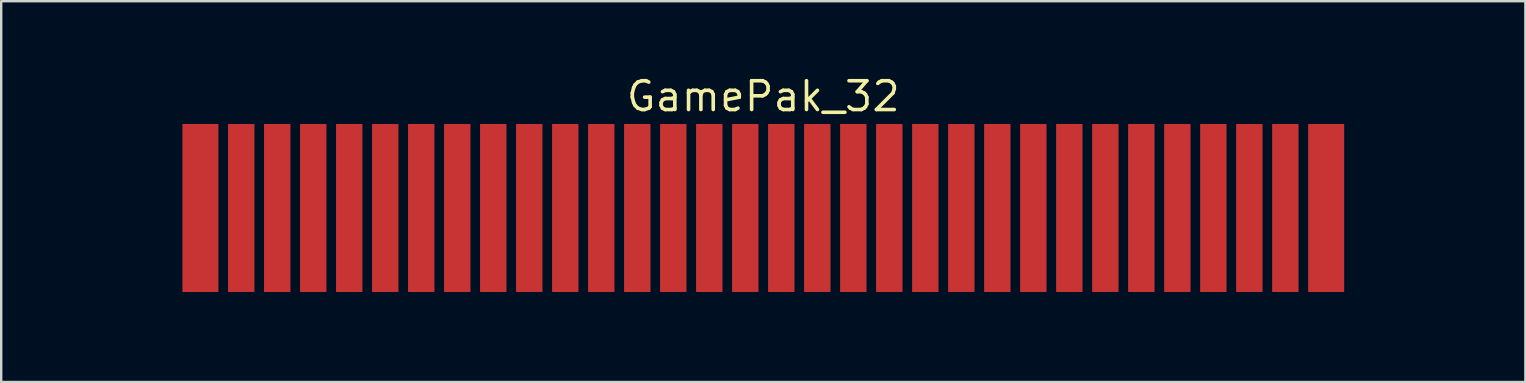
<source format=kicad_pcb>
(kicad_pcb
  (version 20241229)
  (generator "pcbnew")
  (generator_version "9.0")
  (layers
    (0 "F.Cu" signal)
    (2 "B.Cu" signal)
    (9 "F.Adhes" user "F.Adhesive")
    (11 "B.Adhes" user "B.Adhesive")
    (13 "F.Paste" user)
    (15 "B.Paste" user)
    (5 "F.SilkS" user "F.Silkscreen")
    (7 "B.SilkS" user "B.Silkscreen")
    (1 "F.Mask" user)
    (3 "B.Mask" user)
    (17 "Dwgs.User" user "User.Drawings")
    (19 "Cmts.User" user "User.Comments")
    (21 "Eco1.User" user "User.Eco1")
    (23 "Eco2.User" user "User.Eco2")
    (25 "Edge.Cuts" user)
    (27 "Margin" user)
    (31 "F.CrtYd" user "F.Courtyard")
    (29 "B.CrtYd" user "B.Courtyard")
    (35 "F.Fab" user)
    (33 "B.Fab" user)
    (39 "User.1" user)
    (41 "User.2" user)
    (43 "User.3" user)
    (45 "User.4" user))
  (footprint "GamePak_32"
    (layer "F.Cu")
    (at 28.75 5.615)
    (property "Reference" "GamePak_32" (at 0 -4.65 0) (layer "F.SilkS") (effects (font (size 1.2 1.2) (thickness 0.15))))
    (attr through_hole)
    (fp_line (start -25 0.5) (end 25 0.5) (stroke (width 7.5) (type solid)) (layer "F.Mask"))
    (pad "1" connect rect (at -23.45 0) (size 1.5 7) (layers "F.Cu"))
    (pad "2" connect rect (at -21.75 0) (size 1.1 7) (layers "F.Cu"))
    (pad "3" connect rect (at -20.25 0) (size 1.1 7) (layers "F.Cu"))
    (pad "4" connect rect (at -18.75 0) (size 1.1 7) (layers "F.Cu"))
    (pad "5" connect rect (at -17.25 0) (size 1.1 7) (layers "F.Cu"))
    (pad "6" connect rect (at -15.75 0) (size 1.1 7) (layers "F.Cu"))
    (pad "7" connect rect (at -14.25 0) (size 1.1 7) (layers "F.Cu"))
    (pad "8" connect rect (at -12.75 0) (size 1.1 7) (layers "F.Cu"))
    (pad "9" connect rect (at -11.25 0) (size 1.1 7) (layers "F.Cu"))
    (pad "10" connect rect (at -9.75 0) (size 1.1 7) (layers "F.Cu"))
    (pad "11" connect rect (at -8.25 0) (size 1.1 7) (layers "F.Cu"))
    (pad "12" connect rect (at -6.75 0) (size 1.1 7) (layers "F.Cu"))
    (pad "13" connect rect (at -5.25 0) (size 1.1 7) (layers "F.Cu"))
    (pad "14" connect rect (at -3.75 0) (size 1.1 7) (layers "F.Cu"))
    (pad "15" connect rect (at -2.25 0) (size 1.1 7) (layers "F.Cu"))
    (pad "16" connect rect (at -0.75 0) (size 1.1 7) (layers "F.Cu"))
    (pad "17" connect rect (at 0.75 0) (size 1.1 7) (layers "F.Cu"))
    (pad "18" connect rect (at 2.25 0) (size 1.1 7) (layers "F.Cu"))
    (pad "19" connect rect (at 3.75 0) (size 1.1 7) (layers "F.Cu"))
    (pad "20" connect rect (at 5.25 0) (size 1.1 7) (layers "F.Cu"))
    (pad "21" connect rect (at 6.75 0) (size 1.1 7) (layers "F.Cu"))
    (pad "22" connect rect (at 8.25 0) (size 1.1 7) (layers "F.Cu"))
    (pad "23" connect rect (at 9.75 0) (size 1.1 7) (layers "F.Cu"))
    (pad "24" connect rect (at 11.25 0) (size 1.1 7) (layers "F.Cu"))
    (pad "25" connect rect (at 12.75 0) (size 1.1 7) (layers "F.Cu"))
    (pad "26" connect rect (at 14.25 0) (size 1.1 7) (layers "F.Cu"))
    (pad "27" connect rect (at 15.75 0) (size 1.1 7) (layers "F.Cu"))
    (pad "28" connect rect (at 17.25 0) (size 1.1 7) (layers "F.Cu"))
    (pad "29" connect rect (at 18.75 0) (size 1.1 7) (layers "F.Cu"))
    (pad "30" connect rect (at 20.25 0) (size 1.1 7) (layers "F.Cu"))
    (pad "31" connect rect (at 21.75 0) (size 1.1 7) (layers "F.Cu"))
    (pad "32" connect rect (at 23.45 0) (size 1.5 7) (layers "F.Cu")))
  (gr_rect
    (start -3 -3)
    (end 60.5 12.865)
    (stroke (width 0.1) (type default))
    (fill no)
    (layer "Edge.Cuts")))
</source>
